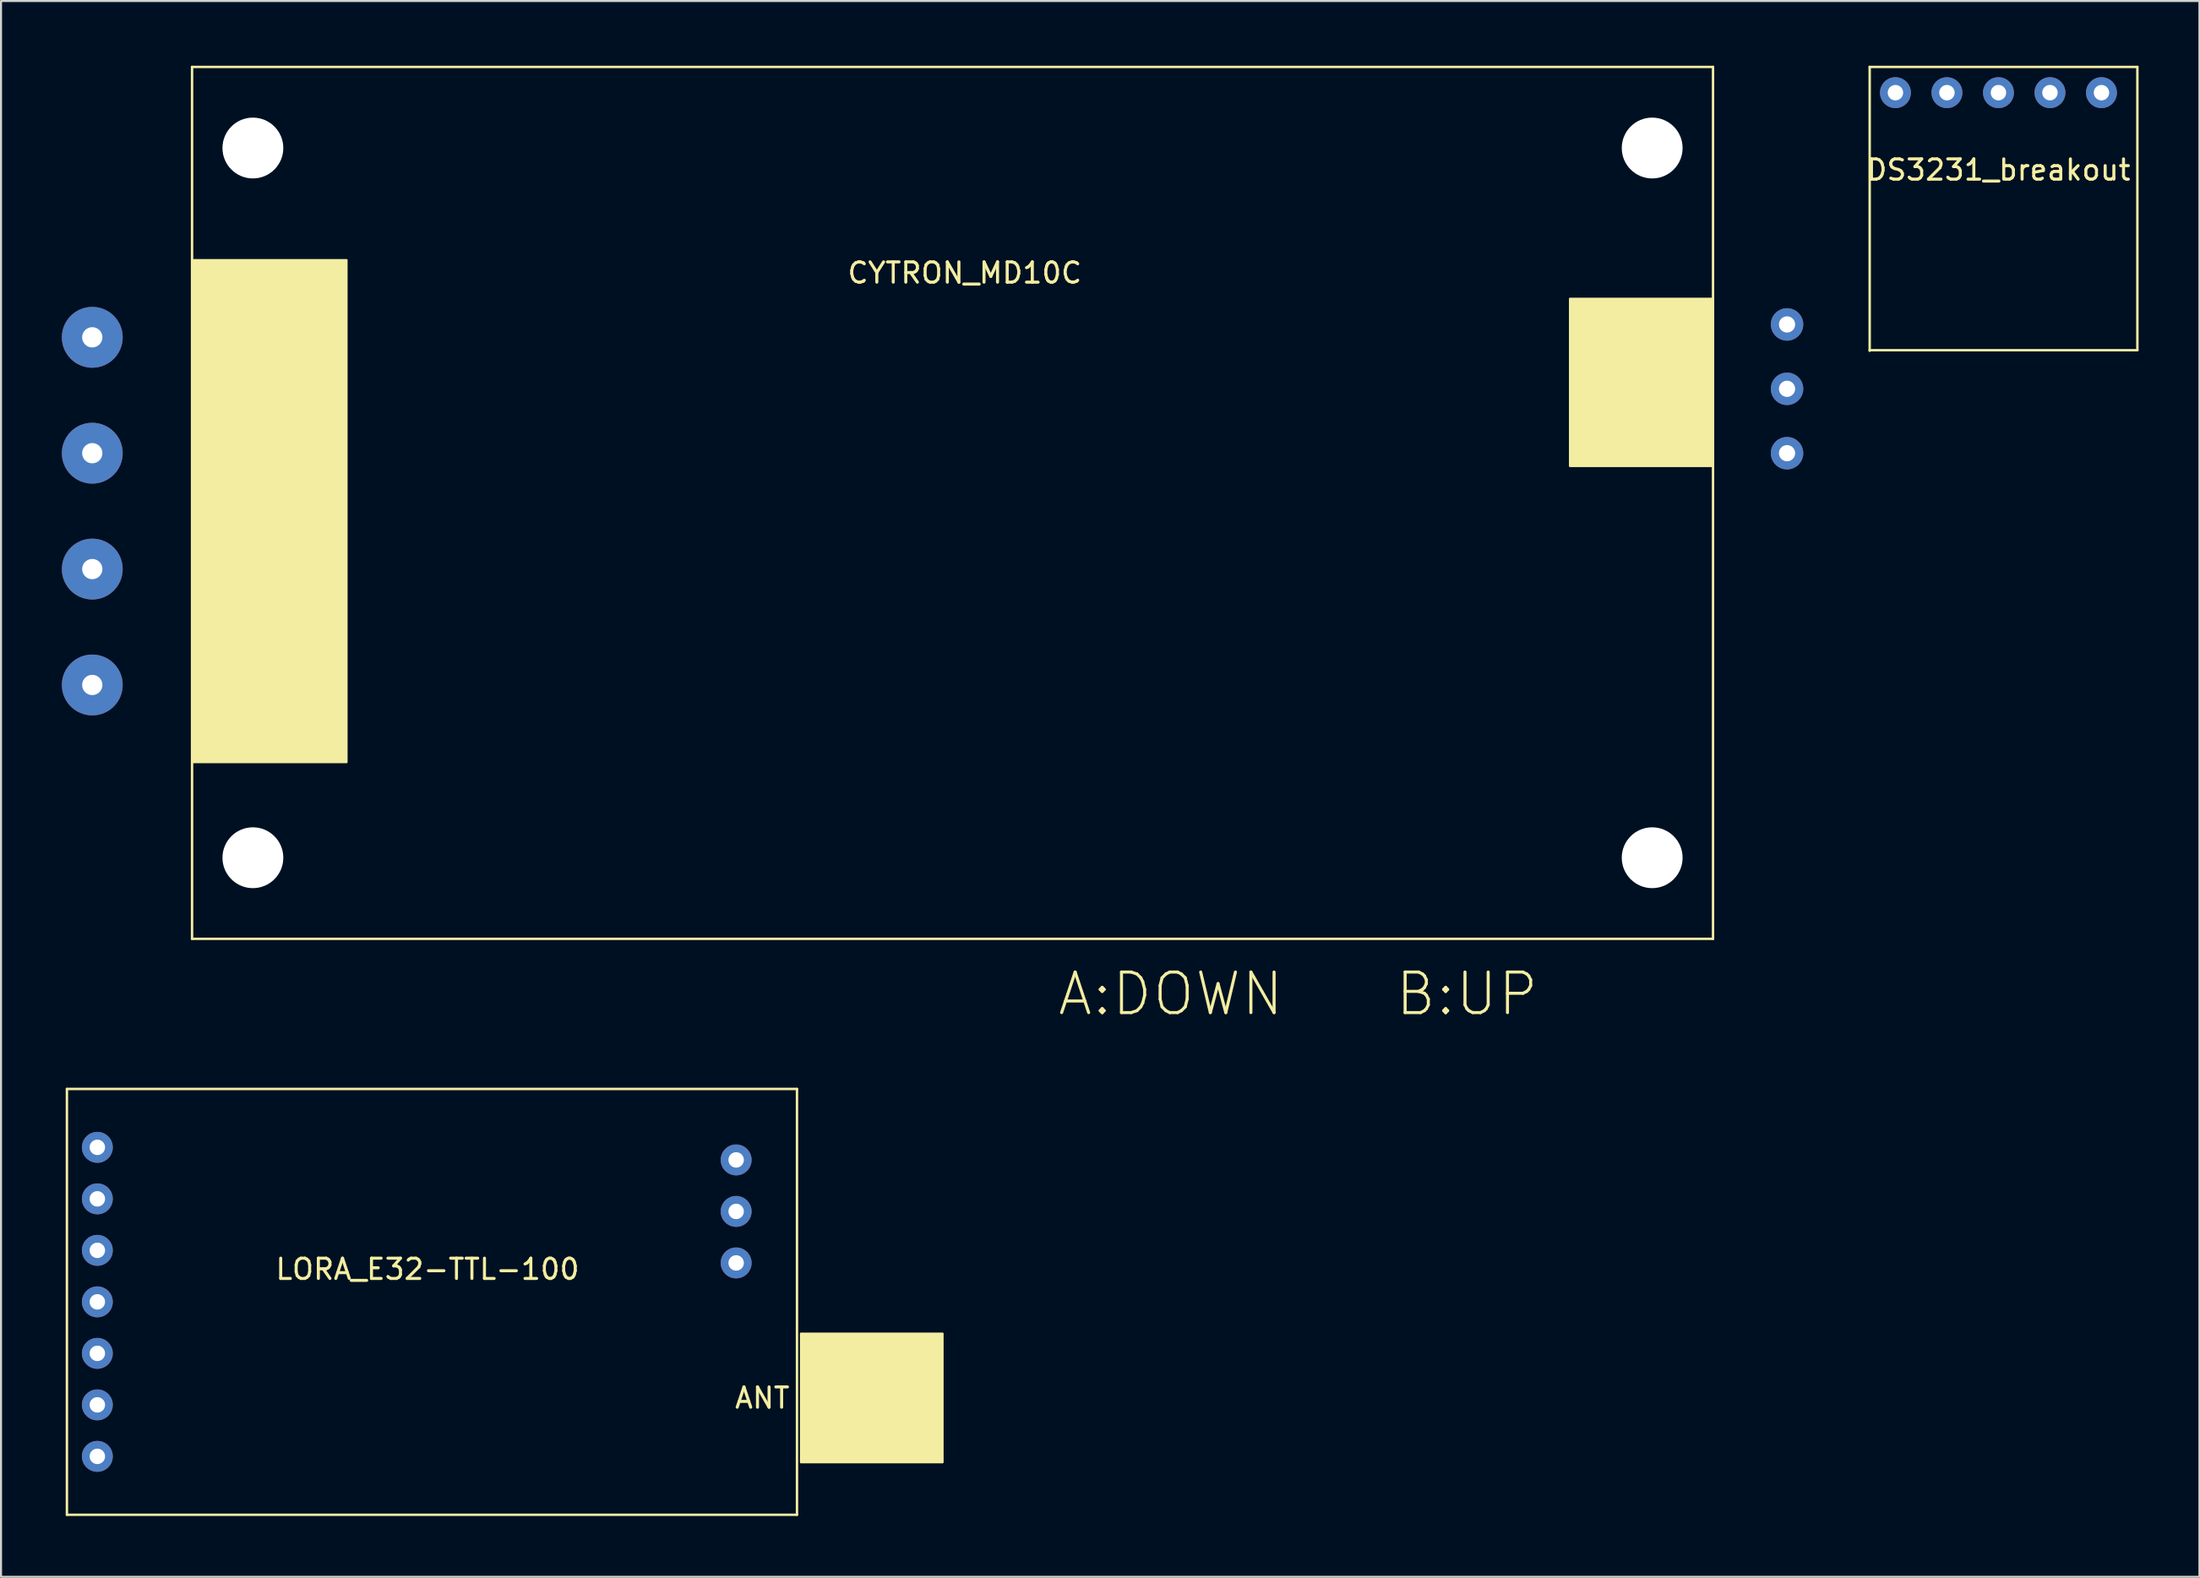
<source format=kicad_pcb>
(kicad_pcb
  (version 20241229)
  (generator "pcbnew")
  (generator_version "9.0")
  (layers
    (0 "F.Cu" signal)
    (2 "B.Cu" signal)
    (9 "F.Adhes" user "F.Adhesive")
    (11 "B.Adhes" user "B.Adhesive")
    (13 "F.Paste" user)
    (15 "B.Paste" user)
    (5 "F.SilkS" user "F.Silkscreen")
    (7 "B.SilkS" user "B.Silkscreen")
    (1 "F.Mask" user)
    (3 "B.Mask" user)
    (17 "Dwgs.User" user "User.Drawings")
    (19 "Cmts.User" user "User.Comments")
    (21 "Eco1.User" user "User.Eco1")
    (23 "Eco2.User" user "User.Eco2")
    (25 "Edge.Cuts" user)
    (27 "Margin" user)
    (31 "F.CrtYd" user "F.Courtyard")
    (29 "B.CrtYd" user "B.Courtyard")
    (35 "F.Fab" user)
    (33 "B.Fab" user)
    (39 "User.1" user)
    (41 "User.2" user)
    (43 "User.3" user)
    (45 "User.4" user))
  (footprint "DS3231_breakout"
    (layer "F.Cu")
    (at 89.145 0.25)
    (property "Reference" "DS3231_breakout" (at 6.35 5.08 0) (layer "F.SilkS") (effects (font (size 1 1) (thickness 0.15))))
    (attr through_hole)
    (fp_line (start 0 0) (end 0 14) (stroke (width 0.12) (type solid)) (layer "F.SilkS"))
    (fp_line (start 0 0) (end 13.2 0) (stroke (width 0.12) (type solid)) (layer "F.SilkS"))
    (fp_line (start 0 13.97) (end 13.2 13.97) (stroke (width 0.12) (type solid)) (layer "F.SilkS"))
    (fp_line (start 13.2 13.97) (end 13.2 0) (stroke (width 0.12) (type solid)) (layer "F.SilkS"))
    (pad "3V3" thru_hole circle (at 11.43 1.27) (size 1.524 1.524) (drill 0.762) (layers "*.Cu" "*.Mask"))
    (pad "GND" thru_hole circle (at 1.27 1.27) (size 1.524 1.524) (drill 0.762) (layers "*.Cu" "*.Mask"))
    (pad "ND" thru_hole circle (at 3.81 1.27) (size 1.524 1.524) (drill 0.762) (layers "*.Cu" "*.Mask"))
    (pad "SCL" thru_hole circle (at 6.35 1.27) (size 1.524 1.524) (drill 0.762) (layers "*.Cu" "*.Mask"))
    (pad "SDA" thru_hole circle (at 8.89 1.27) (size 1.524 1.524) (drill 0.762) (layers "*.Cu" "*.Mask")))
  (footprint "LORA_E32-TTL-100"
    (layer "F.Cu")
    (at 0.25 50.653)
    (property "Reference" "LORA_E32-TTL-100" (at 17.78 8.89 0) (layer "F.SilkS") (effects (font (size 1 1) (thickness 0.15))))
    (attr through_hole)
    (fp_line (start 0 0) (end 0 21) (stroke (width 0.12) (type solid)) (layer "F.SilkS"))
    (fp_line (start 0 0) (end 36 0) (stroke (width 0.12) (type solid)) (layer "F.SilkS"))
    (fp_line (start 0 21) (end 36 21) (stroke (width 0.12) (type solid)) (layer "F.SilkS"))
    (fp_line (start 36 21) (end 36 0) (stroke (width 0.12) (type solid)) (layer "F.SilkS"))
    (fp_poly (pts (xy 43.18 18.415) (xy 36.195 18.415) (xy 36.195 12.065) (xy 43.18 12.065)) (stroke (width 0.1) (type solid)) (fill yes) (layer "F.SilkS"))
    (fp_text user "ANT" (at 34.29 15.24 0) (layer "F.SilkS") (effects (font (size 1 1) (thickness 0.15))))
    (pad "AUX" thru_hole circle (at 1.5 13.04) (size 1.524 1.524) (drill 0.762) (layers "*.Cu" "*.Mask"))
    (pad "GND" thru_hole circle (at 1.5 18.12) (size 1.524 1.524) (drill 0.762) (layers "*.Cu" "*.Mask"))
    (pad "M0" thru_hole circle (at 1.5 2.88) (size 1.524 1.524) (drill 0.762) (layers "*.Cu" "*.Mask"))
    (pad "M1" thru_hole circle (at 1.5 5.42) (size 1.524 1.524) (drill 0.762) (layers "*.Cu" "*.Mask"))
    (pad "ND" thru_hole circle (at 33 3.5) (size 1.524 1.524) (drill 0.762) (layers "*.Cu" "*.Mask"))
    (pad "ND" thru_hole circle (at 33 6.04) (size 1.524 1.524) (drill 0.762) (layers "*.Cu" "*.Mask"))
    (pad "ND" thru_hole circle (at 33 8.58) (size 1.524 1.524) (drill 0.762) (layers "*.Cu" "*.Mask"))
    (pad "RXD" thru_hole circle (at 1.5 7.96) (size 1.524 1.524) (drill 0.762) (layers "*.Cu" "*.Mask"))
    (pad "TXD" thru_hole circle (at 1.5 10.5) (size 1.524 1.524) (drill 0.762) (layers "*.Cu" "*.Mask"))
    (pad "VCC" thru_hole circle (at 1.5 15.58) (size 1.524 1.524) (drill 0.762) (layers "*.Cu" "*.Mask")))
  (footprint "CYTRON_MD10C"
    (layer "F.Cu")
    (at 6.42 0.25)
    (property "Reference" "CYTRON_MD10C" (at 38.1 10.16 0) (layer "F.SilkS") (effects (font (size 1 1) (thickness 0.15))))
    (attr through_hole)
    (fp_line (start 0 0) (end 0 43) (stroke (width 0.12) (type solid)) (layer "F.SilkS"))
    (fp_line (start 0 0) (end 75 0) (stroke (width 0.12) (type solid)) (layer "F.SilkS"))
    (fp_line (start 0 43) (end 75 43) (stroke (width 0.12) (type solid)) (layer "F.SilkS"))
    (fp_line (start 75 43) (end 75 0) (stroke (width 0.12) (type solid)) (layer "F.SilkS"))
    (fp_poly (pts (xy 7.62 34.29) (xy 0 34.29) (xy 0 9.525) (xy 7.62 9.525)) (stroke (width 0.1) (type solid)) (fill yes) (layer "F.SilkS"))
    (fp_poly (pts (xy 74.93 19.685) (xy 67.945 19.685) (xy 67.945 11.43) (xy 74.93 11.43)) (stroke (width 0.1) (type solid)) (fill yes) (layer "F.SilkS"))
    (fp_text user "A:DOWN" (at 48.26 45.72 0) (layer "F.SilkS") (effects (font (size 2 2) (thickness 0.15))))
    (fp_text user "B:UP" (at 62.865 45.72 0) (layer "F.SilkS") (effects (font (size 2 2) (thickness 0.15))))
    (pad "" np_thru_hole circle (at 3 4) (size 3 3) (drill 3) (layers "*.Cu" "*.Mask"))
    (pad "" np_thru_hole circle (at 3 39) (size 3 3) (drill 3) (layers "*.Cu" "*.Mask"))
    (pad "" np_thru_hole circle (at 72 4) (size 3 3) (drill 3) (layers "*.Cu" "*.Mask"))
    (pad "" np_thru_hole circle (at 72 39) (size 3 3) (drill 3) (layers "*.Cu" "*.Mask"))
    (pad "+12V" thru_hole circle (at -4.92 13.335) (size 3 3) (drill 1) (layers "*.Cu" "*.Mask"))
    (pad "A" thru_hole circle (at -4.92 24.765) (size 3 3) (drill 1) (layers "*.Cu" "*.Mask"))
    (pad "B" thru_hole circle (at -4.92 30.48) (size 3 3) (drill 1) (layers "*.Cu" "*.Mask"))
    (pad "DIR" thru_hole circle (at 78.65 12.7) (size 1.6 1.6) (drill 0.8) (layers "*.Cu" "*.Mask"))
    (pad "GND" thru_hole circle (at -4.92 19.05) (size 3 3) (drill 1) (layers "*.Cu" "*.Mask"))
    (pad "GND" thru_hole circle (at 78.65 19.05) (size 1.6 1.6) (drill 0.8) (layers "*.Cu" "*.Mask"))
    (pad "PWM" thru_hole circle (at 78.65 15.875) (size 1.6 1.6) (drill 0.8) (layers "*.Cu" "*.Mask")))
  (gr_rect
    (start -3 -3)
    (end 105.405 74.713)
    (stroke (width 0.1) (type default))
    (fill no)
    (layer "Edge.Cuts")))
</source>
